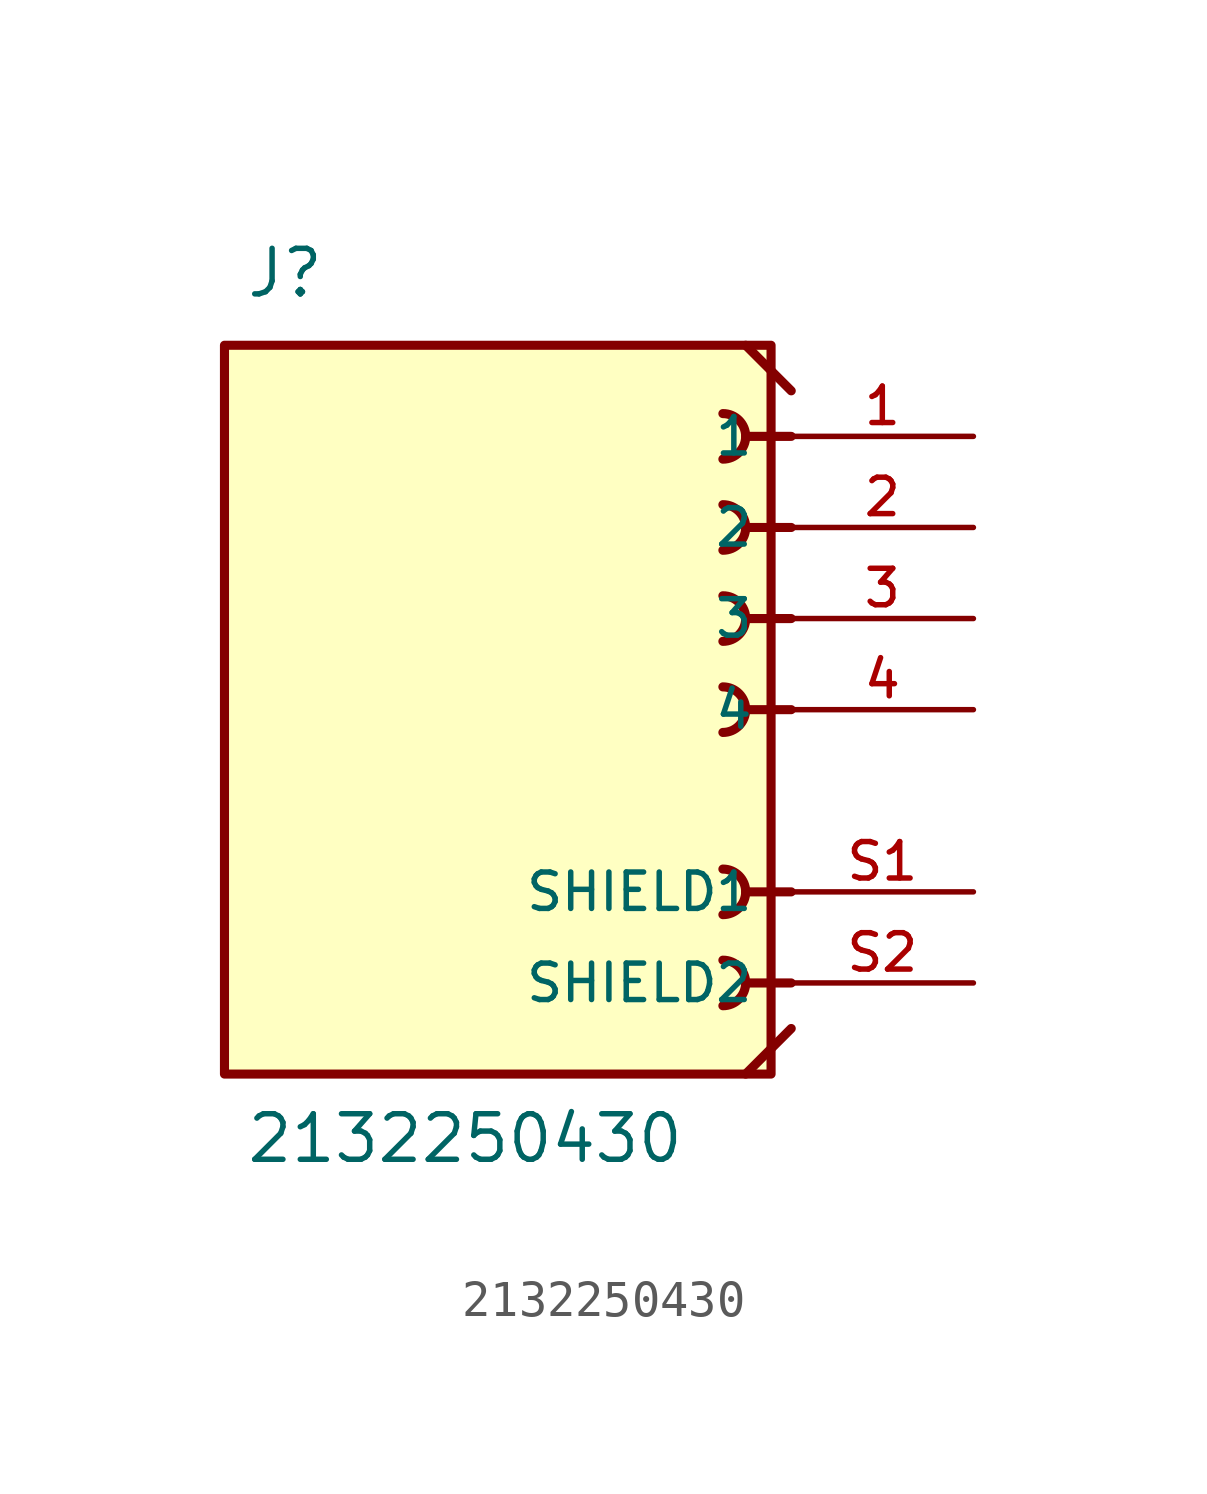
<source format=kicad_sym>
(kicad_symbol_lib
  (version 20211014)
  (generator kicad_symbol_editor)
  (symbol "2132250430"
    (pin_names
      (offset 1.016))
    (property "Reference" "J"
      (at -7.62 11.43 0)
      (effects (font (size 1.27 1.27)) (justify bottom left)))
    (property "Value" "2132250430"
      (at -7.62 -12.7 0)
      (effects (font (size 1.27 1.27)) (justify bottom left)))
    (symbol "2132250430_0_0"
      (polyline (pts (xy 6.35 10.16) (xy 7.62 8.89)) (stroke (width 0.254)))
      (polyline (pts (xy 7.62 -8.89) (xy 6.35 -10.16)) (stroke (width 0.254)))
      (polyline (pts (xy 7.62 -5.08) (xy 6.35 -5.08)) (stroke (width 0.254)))
      (arc (start 5.715 -4.445) (mid 6.35 -5.08) (end 5.715 -5.715) (stroke (width 0.254) (type default) (color 0 0 0 0)) (fill (type none)))
      (polyline (pts (xy 7.62 5.08) (xy 6.35 5.08)) (stroke (width 0.254)))
      (arc (start 5.715 5.715) (mid 6.35 5.08) (end 5.715 4.445) (stroke (width 0.254) (type default) (color 0 0 0 0)) (fill (type none)))
      (polyline (pts (xy 7.62 7.62) (xy 6.35 7.62)) (stroke (width 0.254)))
      (arc (start 5.715 8.255) (mid 6.35 7.62) (end 5.715 6.985) (stroke (width 0.254) (type default) (color 0 0 0 0)) (fill (type none)))
      (polyline (pts (xy 7.62 2.54) (xy 6.35 2.54)) (stroke (width 0.254)))
      (arc (start 5.715 3.175) (mid 6.35 2.54) (end 5.715 1.905) (stroke (width 0.254) (type default) (color 0 0 0 0)) (fill (type none)))
      (polyline (pts (xy 7.62 0.0) (xy 6.35 0.0)) (stroke (width 0.254)))
      (arc (start 5.715 0.635) (mid 6.35 -0.0) (end 5.715 -0.635) (stroke (width 0.254) (type default) (color 0 0 0 0)) (fill (type none)))
      (polyline (pts (xy 7.62 -7.62) (xy 6.35 -7.62)) (stroke (width 0.254)))
      (arc (start 5.715 -6.985) (mid 6.35 -7.62) (end 5.715 -8.255) (stroke (width 0.254) (type default) (color 0 0 0 0)) (fill (type none)))
      (rectangle (start -8.182 -10.16) (end 7.058 10.16) (stroke (width 0.254)) (fill (type background)))
      (pin passive line (at 12.7 7.62 180.0) (length 5.08) (name "1" (effects (font (size 1.016 1.016)))) (number "1" (effects (font (size 1.016 1.016)))))
      (pin passive line (at 12.7 5.08 180.0) (length 5.08) (name "2" (effects (font (size 1.016 1.016)))) (number "2" (effects (font (size 1.016 1.016)))))
      (pin passive line (at 12.7 -5.08 180.0) (length 5.08) (name "SHIELD1" (effects (font (size 1.016 1.016)))) (number "S1" (effects (font (size 1.016 1.016)))))
      (pin passive line (at 12.7 2.54 180.0) (length 5.08) (name "3" (effects (font (size 1.016 1.016)))) (number "3" (effects (font (size 1.016 1.016)))))
      (pin passive line (at 12.7 0.0 180.0) (length 5.08) (name "4" (effects (font (size 1.016 1.016)))) (number "4" (effects (font (size 1.016 1.016)))))
      (pin passive line (at 12.7 -7.62 180.0) (length 5.08) (name "SHIELD2" (effects (font (size 1.016 1.016)))) (number "S2" (effects (font (size 1.016 1.016))))))))
</source>
